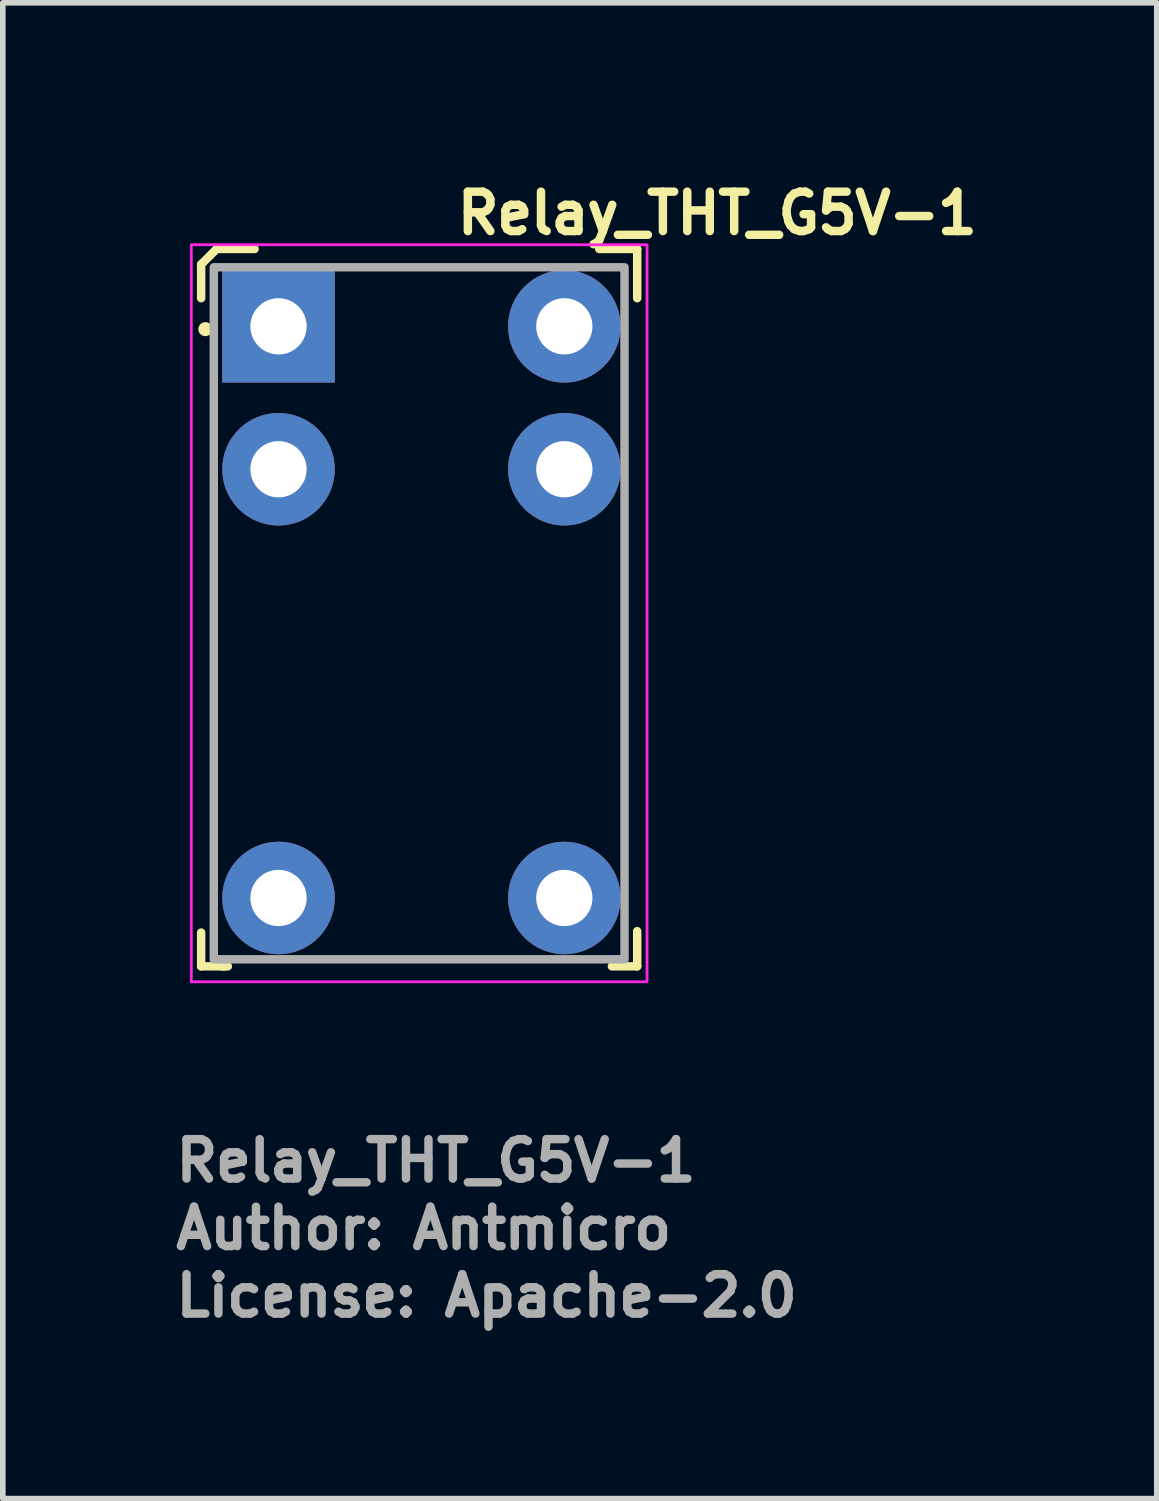
<source format=kicad_pcb>
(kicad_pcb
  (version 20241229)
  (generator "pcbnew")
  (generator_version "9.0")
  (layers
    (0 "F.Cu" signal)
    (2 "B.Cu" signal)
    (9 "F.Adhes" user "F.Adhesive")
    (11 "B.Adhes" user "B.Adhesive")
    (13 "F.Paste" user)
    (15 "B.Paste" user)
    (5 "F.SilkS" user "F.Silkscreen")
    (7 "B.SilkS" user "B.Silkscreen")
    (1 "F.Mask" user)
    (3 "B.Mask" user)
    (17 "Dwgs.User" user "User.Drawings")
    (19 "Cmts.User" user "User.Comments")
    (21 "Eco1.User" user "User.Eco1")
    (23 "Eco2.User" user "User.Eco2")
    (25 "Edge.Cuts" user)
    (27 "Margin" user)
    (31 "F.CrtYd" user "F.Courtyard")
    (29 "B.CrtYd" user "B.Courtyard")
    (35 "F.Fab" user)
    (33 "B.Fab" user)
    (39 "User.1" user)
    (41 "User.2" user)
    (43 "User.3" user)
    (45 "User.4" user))
  (footprint "Relay_THT_G5V-1"
    (layer "F.Cu")
    (at 1.9 2.75)
    (property "Reference" "Relay_THT_G5V-1" (at 3.1 -1.6 0) (layer "F.SilkS") (effects (font (size 0.7 0.7) (thickness 0.15)) (justify left bottom)))
    (attr through_hole)
    (fp_line (start -1.375 -1.1) (end -1.1 -1.375) (stroke (width 0.15) (type solid)) (layer "F.SilkS"))
    (fp_line (start -1.375 -0.5) (end -1.375 -1.1) (stroke (width 0.15) (type solid)) (layer "F.SilkS"))
    (fp_line (start -1.375 11.375) (end -1.375 10.775) (stroke (width 0.15) (type solid)) (layer "F.SilkS"))
    (fp_line (start -1.1 -1.375) (end -0.425 -1.375) (stroke (width 0.15) (type solid)) (layer "F.SilkS"))
    (fp_line (start -1 11.375) (end -0.9 11.375) (stroke (width 0.15) (type solid)) (layer "F.SilkS"))
    (fp_line (start -0.95 11.375) (end -1.375 11.375) (stroke (width 0.15) (type solid)) (layer "F.SilkS"))
    (fp_line (start 6.375 -1.375) (end 5.7 -1.375) (stroke (width 0.15) (type solid)) (layer "F.SilkS"))
    (fp_line (start 6.375 -0.5) (end 6.375 -1.375) (stroke (width 0.15) (type solid)) (layer "F.SilkS"))
    (fp_line (start 6.375 10.75) (end 6.375 11.375) (stroke (width 0.15) (type solid)) (layer "F.SilkS"))
    (fp_line (start 6.375 11.375) (end 5.925 11.375) (stroke (width 0.15) (type solid)) (layer "F.SilkS"))
    (fp_circle (center -1.3 0.05) (end -1.3 0.1) (stroke (width 0.15) (type solid)) (fill yes) (layer "F.SilkS"))
    (fp_rect (start 6.55 -1.45) (end -1.55 11.65) (stroke (width 0.05) (type solid)) (fill no) (layer "F.CrtYd"))
    (fp_rect (start 6.15 -1.05) (end -1.15 11.25) (stroke (width 0.15) (type solid)) (fill no) (layer "F.Fab"))
    (fp_rect (start 6.15 -1.05) (end -1.15 11.25) (stroke (width 0.1) (type solid)) (fill no) (layer "User.5"))
    (fp_line (start -1.15 11.25) (end -1.15 -1.05) (stroke (width 0.02) (type solid)) (layer "User.9"))
    (fp_line (start 4.15 -1.05) (end -1.15 -1.05) (stroke (width 0.02) (type solid)) (layer "User.9"))
    (fp_line (start 4.15 -1.05) (end 4.15 0.45) (stroke (width 0.02) (type solid)) (layer "User.9"))
    (fp_line (start 4.15 0.45) (end 4.151 0.475) (stroke (width 0.02) (type solid)) (layer "User.9"))
    (fp_line (start 4.151 0.475) (end 4.152 0.499) (stroke (width 0.02) (type solid)) (layer "User.9"))
    (fp_line (start 4.152 0.499) (end 4.155 0.524) (stroke (width 0.02) (type solid)) (layer "User.9"))
    (fp_line (start 4.155 0.524) (end 4.16 0.548) (stroke (width 0.02) (type solid)) (layer "User.9"))
    (fp_line (start 4.16 0.548) (end 4.165 0.572) (stroke (width 0.02) (type solid)) (layer "User.9"))
    (fp_line (start 4.165 0.572) (end 4.172 0.595) (stroke (width 0.02) (type solid)) (layer "User.9"))
    (fp_line (start 4.172 0.595) (end 4.179 0.619) (stroke (width 0.02) (type solid)) (layer "User.9"))
    (fp_line (start 4.179 0.619) (end 4.188 0.641) (stroke (width 0.02) (type solid)) (layer "User.9"))
    (fp_line (start 4.188 0.641) (end 4.198 0.664) (stroke (width 0.02) (type solid)) (layer "User.9"))
    (fp_line (start 4.198 0.664) (end 4.209 0.685) (stroke (width 0.02) (type solid)) (layer "User.9"))
    (fp_line (start 4.209 0.685) (end 4.221 0.707) (stroke (width 0.02) (type solid)) (layer "User.9"))
    (fp_line (start 4.221 0.707) (end 4.234 0.727) (stroke (width 0.02) (type solid)) (layer "User.9"))
    (fp_line (start 4.234 0.727) (end 4.248 0.747) (stroke (width 0.02) (type solid)) (layer "User.9"))
    (fp_line (start 4.248 0.747) (end 4.263 0.767) (stroke (width 0.02) (type solid)) (layer "User.9"))
    (fp_line (start 4.263 0.767) (end 4.279 0.786) (stroke (width 0.02) (type solid)) (layer "User.9"))
    (fp_line (start 4.279 0.786) (end 4.296 0.804) (stroke (width 0.02) (type solid)) (layer "User.9"))
    (fp_line (start 4.296 0.804) (end 4.296 0.804) (stroke (width 0.02) (type solid)) (layer "User.9"))
    (fp_line (start 4.296 0.804) (end 4.314 0.821) (stroke (width 0.02) (type solid)) (layer "User.9"))
    (fp_line (start 4.314 0.821) (end 4.333 0.837) (stroke (width 0.02) (type solid)) (layer "User.9"))
    (fp_line (start 4.333 0.837) (end 4.353 0.852) (stroke (width 0.02) (type solid)) (layer "User.9"))
    (fp_line (start 4.353 0.852) (end 4.373 0.866) (stroke (width 0.02) (type solid)) (layer "User.9"))
    (fp_line (start 4.373 0.866) (end 4.393 0.879) (stroke (width 0.02) (type solid)) (layer "User.9"))
    (fp_line (start 4.393 0.879) (end 4.415 0.891) (stroke (width 0.02) (type solid)) (layer "User.9"))
    (fp_line (start 4.415 0.891) (end 4.436 0.902) (stroke (width 0.02) (type solid)) (layer "User.9"))
    (fp_line (start 4.436 0.902) (end 4.459 0.912) (stroke (width 0.02) (type solid)) (layer "User.9"))
    (fp_line (start 4.459 0.912) (end 4.481 0.921) (stroke (width 0.02) (type solid)) (layer "User.9"))
    (fp_line (start 4.481 0.921) (end 4.505 0.928) (stroke (width 0.02) (type solid)) (layer "User.9"))
    (fp_line (start 4.505 0.928) (end 4.528 0.935) (stroke (width 0.02) (type solid)) (layer "User.9"))
    (fp_line (start 4.528 0.935) (end 4.552 0.94) (stroke (width 0.02) (type solid)) (layer "User.9"))
    (fp_line (start 4.552 0.94) (end 4.576 0.945) (stroke (width 0.02) (type solid)) (layer "User.9"))
    (fp_line (start 4.576 0.945) (end 4.601 0.948) (stroke (width 0.02) (type solid)) (layer "User.9"))
    (fp_line (start 4.601 0.948) (end 4.625 0.949) (stroke (width 0.02) (type solid)) (layer "User.9"))
    (fp_line (start 4.625 0.949) (end 4.65 0.95) (stroke (width 0.02) (type solid)) (layer "User.9"))
    (fp_line (start 4.65 0.95) (end 6.15 0.95) (stroke (width 0.02) (type solid)) (layer "User.9"))
    (fp_line (start 4.85 -0.25) (end 4.851 -0.283) (stroke (width 0.02) (type solid)) (layer "User.9"))
    (fp_line (start 4.85 -0.233) (end 4.85 -0.25) (stroke (width 0.02) (type solid)) (layer "User.9"))
    (fp_line (start 4.851 -0.283) (end 4.854 -0.316) (stroke (width 0.02) (type solid)) (layer "User.9"))
    (fp_line (start 4.851 -0.217) (end 4.85 -0.233) (stroke (width 0.02) (type solid)) (layer "User.9"))
    (fp_line (start 4.852 -0.2) (end 4.851 -0.217) (stroke (width 0.02) (type solid)) (layer "User.9"))
    (fp_line (start 4.854 -0.316) (end 4.86 -0.349) (stroke (width 0.02) (type solid)) (layer "User.9"))
    (fp_line (start 4.854 -0.184) (end 4.852 -0.2) (stroke (width 0.02) (type solid)) (layer "User.9"))
    (fp_line (start 4.857 -0.167) (end 4.854 -0.184) (stroke (width 0.02) (type solid)) (layer "User.9"))
    (fp_line (start 4.86 -0.349) (end 4.867 -0.38) (stroke (width 0.02) (type solid)) (layer "User.9"))
    (fp_line (start 4.86 -0.151) (end 4.857 -0.167) (stroke (width 0.02) (type solid)) (layer "User.9"))
    (fp_line (start 4.863 -0.135) (end 4.86 -0.151) (stroke (width 0.02) (type solid)) (layer "User.9"))
    (fp_line (start 4.867 -0.38) (end 4.877 -0.412) (stroke (width 0.02) (type solid)) (layer "User.9"))
    (fp_line (start 4.867 -0.12) (end 4.863 -0.135) (stroke (width 0.02) (type solid)) (layer "User.9"))
    (fp_line (start 4.872 -0.104) (end 4.867 -0.12) (stroke (width 0.02) (type solid)) (layer "User.9"))
    (fp_line (start 4.877 -0.412) (end 4.888 -0.442) (stroke (width 0.02) (type solid)) (layer "User.9"))
    (fp_line (start 4.877 -0.088) (end 4.872 -0.104) (stroke (width 0.02) (type solid)) (layer "User.9"))
    (fp_line (start 4.882 -0.073) (end 4.877 -0.088) (stroke (width 0.02) (type solid)) (layer "User.9"))
    (fp_line (start 4.888 -0.442) (end 4.902 -0.471) (stroke (width 0.02) (type solid)) (layer "User.9"))
    (fp_line (start 4.888 -0.058) (end 4.882 -0.073) (stroke (width 0.02) (type solid)) (layer "User.9"))
    (fp_line (start 4.895 -0.043) (end 4.888 -0.058) (stroke (width 0.02) (type solid)) (layer "User.9"))
    (fp_line (start 4.902 -0.471) (end 4.917 -0.5) (stroke (width 0.02) (type solid)) (layer "User.9"))
    (fp_line (start 4.902 -0.029) (end 4.895 -0.043) (stroke (width 0.02) (type solid)) (layer "User.9"))
    (fp_line (start 4.909 -0.014) (end 4.902 -0.029) (stroke (width 0.02) (type solid)) (layer "User.9"))
    (fp_line (start 4.917 -0.5) (end 4.934 -0.527) (stroke (width 0.02) (type solid)) (layer "User.9"))
    (fp_line (start 4.917 0) (end 4.909 -0.014) (stroke (width 0.02) (type solid)) (layer "User.9"))
    (fp_line (start 4.925 0.014) (end 4.917 0) (stroke (width 0.02) (type solid)) (layer "User.9"))
    (fp_line (start 4.934 -0.527) (end 4.953 -0.554) (stroke (width 0.02) (type solid)) (layer "User.9"))
    (fp_line (start 4.934 0.027) (end 4.925 0.014) (stroke (width 0.02) (type solid)) (layer "User.9"))
    (fp_line (start 4.943 0.041) (end 4.934 0.027) (stroke (width 0.02) (type solid)) (layer "User.9"))
    (fp_line (start 4.953 -0.554) (end 4.973 -0.579) (stroke (width 0.02) (type solid)) (layer "User.9"))
    (fp_line (start 4.953 0.054) (end 4.943 0.041) (stroke (width 0.02) (type solid)) (layer "User.9"))
    (fp_line (start 4.963 0.067) (end 4.953 0.054) (stroke (width 0.02) (type solid)) (layer "User.9"))
    (fp_line (start 4.973 -0.579) (end 4.996 -0.603) (stroke (width 0.02) (type solid)) (layer "User.9"))
    (fp_line (start 4.973 0.079) (end 4.963 0.067) (stroke (width 0.02) (type solid)) (layer "User.9"))
    (fp_line (start 4.984 0.091) (end 4.973 0.079) (stroke (width 0.02) (type solid)) (layer "User.9"))
    (fp_line (start 4.996 -0.603) (end 5.019 -0.625) (stroke (width 0.02) (type solid)) (layer "User.9"))
    (fp_line (start 4.996 0.103) (end 4.984 0.091) (stroke (width 0.02) (type solid)) (layer "User.9"))
    (fp_line (start 5.007 0.114) (end 4.996 0.103) (stroke (width 0.02) (type solid)) (layer "User.9"))
    (fp_line (start 5.019 -0.625) (end 5.045 -0.646) (stroke (width 0.02) (type solid)) (layer "User.9"))
    (fp_line (start 5.019 0.125) (end 5.007 0.114) (stroke (width 0.02) (type solid)) (layer "User.9"))
    (fp_line (start 5.032 0.136) (end 5.019 0.125) (stroke (width 0.02) (type solid)) (layer "User.9"))
    (fp_line (start 5.045 -0.646) (end 5.072 -0.665) (stroke (width 0.02) (type solid)) (layer "User.9"))
    (fp_line (start 5.045 0.146) (end 5.032 0.136) (stroke (width 0.02) (type solid)) (layer "User.9"))
    (fp_line (start 5.058 0.156) (end 5.045 0.146) (stroke (width 0.02) (type solid)) (layer "User.9"))
    (fp_line (start 5.072 -0.665) (end 5.1 -0.683) (stroke (width 0.02) (type solid)) (layer "User.9"))
    (fp_line (start 5.072 0.165) (end 5.058 0.156) (stroke (width 0.02) (type solid)) (layer "User.9"))
    (fp_line (start 5.086 0.174) (end 5.072 0.165) (stroke (width 0.02) (type solid)) (layer "User.9"))
    (fp_line (start 5.1 -0.683) (end 5.1 -0.683) (stroke (width 0.02) (type solid)) (layer "User.9"))
    (fp_line (start 5.1 -0.683) (end 5.129 -0.699) (stroke (width 0.02) (type solid)) (layer "User.9"))
    (fp_line (start 5.1 0.183) (end 5.086 0.174) (stroke (width 0.02) (type solid)) (layer "User.9"))
    (fp_line (start 5.1 0.183) (end 5.1 0.183) (stroke (width 0.02) (type solid)) (layer "User.9"))
    (fp_line (start 5.129 -0.699) (end 5.16 -0.712) (stroke (width 0.02) (type solid)) (layer "User.9"))
    (fp_line (start 5.129 0.199) (end 5.1 0.183) (stroke (width 0.02) (type solid)) (layer "User.9"))
    (fp_line (start 5.16 -0.712) (end 5.19 -0.724) (stroke (width 0.02) (type solid)) (layer "User.9"))
    (fp_line (start 5.16 0.212) (end 5.129 0.199) (stroke (width 0.02) (type solid)) (layer "User.9"))
    (fp_line (start 5.19 -0.724) (end 5.222 -0.733) (stroke (width 0.02) (type solid)) (layer "User.9"))
    (fp_line (start 5.19 0.224) (end 5.16 0.212) (stroke (width 0.02) (type solid)) (layer "User.9"))
    (fp_line (start 5.222 -0.733) (end 5.253 -0.741) (stroke (width 0.02) (type solid)) (layer "User.9"))
    (fp_line (start 5.222 0.233) (end 5.19 0.224) (stroke (width 0.02) (type solid)) (layer "User.9"))
    (fp_line (start 5.253 -0.741) (end 5.285 -0.746) (stroke (width 0.02) (type solid)) (layer "User.9"))
    (fp_line (start 5.253 0.241) (end 5.222 0.233) (stroke (width 0.02) (type solid)) (layer "User.9"))
    (fp_line (start 5.285 -0.746) (end 5.318 -0.749) (stroke (width 0.02) (type solid)) (layer "User.9"))
    (fp_line (start 5.285 0.246) (end 5.253 0.241) (stroke (width 0.02) (type solid)) (layer "User.9"))
    (fp_line (start 5.318 -0.749) (end 5.35 -0.75) (stroke (width 0.02) (type solid)) (layer "User.9"))
    (fp_line (start 5.318 0.249) (end 5.285 0.246) (stroke (width 0.02) (type solid)) (layer "User.9"))
    (fp_line (start 5.35 -0.75) (end 5.382 -0.749) (stroke (width 0.02) (type solid)) (layer "User.9"))
    (fp_line (start 5.35 0.25) (end 5.318 0.249) (stroke (width 0.02) (type solid)) (layer "User.9"))
    (fp_line (start 5.382 -0.749) (end 5.415 -0.746) (stroke (width 0.02) (type solid)) (layer "User.9"))
    (fp_line (start 5.382 0.249) (end 5.35 0.25) (stroke (width 0.02) (type solid)) (layer "User.9"))
    (fp_line (start 5.415 -0.746) (end 5.447 -0.741) (stroke (width 0.02) (type solid)) (layer "User.9"))
    (fp_line (start 5.415 0.246) (end 5.382 0.249) (stroke (width 0.02) (type solid)) (layer "User.9"))
    (fp_line (start 5.447 -0.741) (end 5.478 -0.733) (stroke (width 0.02) (type solid)) (layer "User.9"))
    (fp_line (start 5.447 0.241) (end 5.415 0.246) (stroke (width 0.02) (type solid)) (layer "User.9"))
    (fp_line (start 5.478 -0.733) (end 5.51 -0.724) (stroke (width 0.02) (type solid)) (layer "User.9"))
    (fp_line (start 5.478 0.233) (end 5.447 0.241) (stroke (width 0.02) (type solid)) (layer "User.9"))
    (fp_line (start 5.51 -0.724) (end 5.54 -0.712) (stroke (width 0.02) (type solid)) (layer "User.9"))
    (fp_line (start 5.51 0.224) (end 5.478 0.233) (stroke (width 0.02) (type solid)) (layer "User.9"))
    (fp_line (start 5.54 -0.712) (end 5.571 -0.699) (stroke (width 0.02) (type solid)) (layer "User.9"))
    (fp_line (start 5.54 0.212) (end 5.51 0.224) (stroke (width 0.02) (type solid)) (layer "User.9"))
    (fp_line (start 5.571 -0.699) (end 5.6 -0.683) (stroke (width 0.02) (type solid)) (layer "User.9"))
    (fp_line (start 5.571 0.199) (end 5.54 0.212) (stroke (width 0.02) (type solid)) (layer "User.9"))
    (fp_line (start 5.6 -0.683) (end 5.6 -0.683) (stroke (width 0.02) (type solid)) (layer "User.9"))
    (fp_line (start 5.6 -0.683) (end 5.614 -0.674) (stroke (width 0.02) (type solid)) (layer "User.9"))
    (fp_line (start 5.6 0.183) (end 5.571 0.199) (stroke (width 0.02) (type solid)) (layer "User.9"))
    (fp_line (start 5.6 0.183) (end 5.6 0.183) (stroke (width 0.02) (type solid)) (layer "User.9"))
    (fp_line (start 5.614 -0.674) (end 5.628 -0.665) (stroke (width 0.02) (type solid)) (layer "User.9"))
    (fp_line (start 5.628 -0.665) (end 5.642 -0.656) (stroke (width 0.02) (type solid)) (layer "User.9"))
    (fp_line (start 5.628 0.165) (end 5.6 0.183) (stroke (width 0.02) (type solid)) (layer "User.9"))
    (fp_line (start 5.642 -0.656) (end 5.655 -0.646) (stroke (width 0.02) (type solid)) (layer "User.9"))
    (fp_line (start 5.655 -0.646) (end 5.668 -0.636) (stroke (width 0.02) (type solid)) (layer "User.9"))
    (fp_line (start 5.655 0.146) (end 5.628 0.165) (stroke (width 0.02) (type solid)) (layer "User.9"))
    (fp_line (start 5.668 -0.636) (end 5.681 -0.625) (stroke (width 0.02) (type solid)) (layer "User.9"))
    (fp_line (start 5.681 -0.625) (end 5.693 -0.614) (stroke (width 0.02) (type solid)) (layer "User.9"))
    (fp_line (start 5.681 0.125) (end 5.655 0.146) (stroke (width 0.02) (type solid)) (layer "User.9"))
    (fp_line (start 5.693 -0.614) (end 5.704 -0.603) (stroke (width 0.02) (type solid)) (layer "User.9"))
    (fp_line (start 5.704 -0.603) (end 5.716 -0.591) (stroke (width 0.02) (type solid)) (layer "User.9"))
    (fp_line (start 5.704 0.103) (end 5.681 0.125) (stroke (width 0.02) (type solid)) (layer "User.9"))
    (fp_line (start 5.716 -0.591) (end 5.727 -0.579) (stroke (width 0.02) (type solid)) (layer "User.9"))
    (fp_line (start 5.727 -0.579) (end 5.737 -0.567) (stroke (width 0.02) (type solid)) (layer "User.9"))
    (fp_line (start 5.727 0.079) (end 5.704 0.103) (stroke (width 0.02) (type solid)) (layer "User.9"))
    (fp_line (start 5.737 -0.567) (end 5.747 -0.554) (stroke (width 0.02) (type solid)) (layer "User.9"))
    (fp_line (start 5.747 -0.554) (end 5.757 -0.541) (stroke (width 0.02) (type solid)) (layer "User.9"))
    (fp_line (start 5.747 0.054) (end 5.727 0.079) (stroke (width 0.02) (type solid)) (layer "User.9"))
    (fp_line (start 5.757 -0.541) (end 5.766 -0.527) (stroke (width 0.02) (type solid)) (layer "User.9"))
    (fp_line (start 5.766 -0.527) (end 5.775 -0.514) (stroke (width 0.02) (type solid)) (layer "User.9"))
    (fp_line (start 5.766 0.027) (end 5.747 0.054) (stroke (width 0.02) (type solid)) (layer "User.9"))
    (fp_line (start 5.775 -0.514) (end 5.783 -0.5) (stroke (width 0.02) (type solid)) (layer "User.9"))
    (fp_line (start 5.783 -0.5) (end 5.791 -0.486) (stroke (width 0.02) (type solid)) (layer "User.9"))
    (fp_line (start 5.783 0) (end 5.766 0.027) (stroke (width 0.02) (type solid)) (layer "User.9"))
    (fp_line (start 5.791 -0.486) (end 5.798 -0.471) (stroke (width 0.02) (type solid)) (layer "User.9"))
    (fp_line (start 5.798 -0.471) (end 5.805 -0.457) (stroke (width 0.02) (type solid)) (layer "User.9"))
    (fp_line (start 5.798 -0.029) (end 5.783 0) (stroke (width 0.02) (type solid)) (layer "User.9"))
    (fp_line (start 5.805 -0.457) (end 5.812 -0.442) (stroke (width 0.02) (type solid)) (layer "User.9"))
    (fp_line (start 5.812 -0.442) (end 5.818 -0.427) (stroke (width 0.02) (type solid)) (layer "User.9"))
    (fp_line (start 5.812 -0.058) (end 5.798 -0.029) (stroke (width 0.02) (type solid)) (layer "User.9"))
    (fp_line (start 5.818 -0.427) (end 5.823 -0.412) (stroke (width 0.02) (type solid)) (layer "User.9"))
    (fp_line (start 5.823 -0.412) (end 5.828 -0.396) (stroke (width 0.02) (type solid)) (layer "User.9"))
    (fp_line (start 5.823 -0.088) (end 5.812 -0.058) (stroke (width 0.02) (type solid)) (layer "User.9"))
    (fp_line (start 5.828 -0.396) (end 5.833 -0.38) (stroke (width 0.02) (type solid)) (layer "User.9"))
    (fp_line (start 5.833 -0.38) (end 5.837 -0.365) (stroke (width 0.02) (type solid)) (layer "User.9"))
    (fp_line (start 5.833 -0.12) (end 5.823 -0.088) (stroke (width 0.02) (type solid)) (layer "User.9"))
    (fp_line (start 5.837 -0.365) (end 5.84 -0.349) (stroke (width 0.02) (type solid)) (layer "User.9"))
    (fp_line (start 5.84 -0.349) (end 5.843 -0.333) (stroke (width 0.02) (type solid)) (layer "User.9"))
    (fp_line (start 5.84 -0.151) (end 5.833 -0.12) (stroke (width 0.02) (type solid)) (layer "User.9"))
    (fp_line (start 5.843 -0.333) (end 5.846 -0.316) (stroke (width 0.02) (type solid)) (layer "User.9"))
    (fp_line (start 5.846 -0.316) (end 5.848 -0.3) (stroke (width 0.02) (type solid)) (layer "User.9"))
    (fp_line (start 5.846 -0.184) (end 5.84 -0.151) (stroke (width 0.02) (type solid)) (layer "User.9"))
    (fp_line (start 5.848 -0.3) (end 5.849 -0.283) (stroke (width 0.02) (type solid)) (layer "User.9"))
    (fp_line (start 5.849 -0.283) (end 5.85 -0.267) (stroke (width 0.02) (type solid)) (layer "User.9"))
    (fp_line (start 5.849 -0.217) (end 5.846 -0.184) (stroke (width 0.02) (type solid)) (layer "User.9"))
    (fp_line (start 5.85 -0.267) (end 5.85 -0.25) (stroke (width 0.02) (type solid)) (layer "User.9"))
    (fp_line (start 5.85 -0.25) (end 5.849 -0.217) (stroke (width 0.02) (type solid)) (layer "User.9"))
    (fp_line (start 6.15 -1.05) (end 4.15 -1.05) (stroke (width 0.02) (type solid)) (layer "User.9"))
    (fp_line (start 6.15 0.95) (end 6.15 -1.05) (stroke (width 0.02) (type solid)) (layer "User.9"))
    (fp_line (start 6.15 11.25) (end -1.15 11.25) (stroke (width 0.02) (type solid)) (layer "User.9"))
    (fp_line (start 6.15 11.25) (end 6.15 0.95) (stroke (width 0.02) (type solid)) (layer "User.9"))
    (fp_text user "${REFERENCE}" (at -1.9 15.24 0) (layer "F.Fab") (effects (font (size 0.7 0.7) (thickness 0.15)) (justify left bottom)))
    (fp_text user "Author: Antmicro" (at -1.9 16.44 0) (layer "F.Fab") (effects (font (size 0.7 0.7) (thickness 0.15)) (justify left bottom)))
    (fp_text user "License: Apache-2.0" (at -1.9 17.64 0) (layer "F.Fab") (effects (font (size 0.7 0.7) (thickness 0.15)) (justify left bottom)))
    (pad "1" thru_hole rect (at 0 0 270) (size 2 2) (drill 1) (layers "*.Cu" "*.Mask"))
    (pad "2" thru_hole circle (at 0 2.54 270) (size 2 2) (drill 1) (layers "*.Cu" "*.Mask"))
    (pad "5" thru_hole circle (at 0 10.16 270) (size 2 2) (drill 1) (layers "*.Cu" "*.Mask"))
    (pad "6" thru_hole circle (at 5.08 10.16 270) (size 2 2) (drill 1) (layers "*.Cu" "*.Mask"))
    (pad "9" thru_hole circle (at 5.08 2.54 270) (size 2 2) (drill 1) (layers "*.Cu" "*.Mask"))
    (pad "10" thru_hole circle (at 5.08 0 270) (size 2 2) (drill 1) (layers "*.Cu" "*.Mask")))
  (gr_rect
    (start -3 -3)
    (end 17.51 23.585)
    (stroke (width 0.1) (type default))
    (fill no)
    (layer "Edge.Cuts")))
</source>
